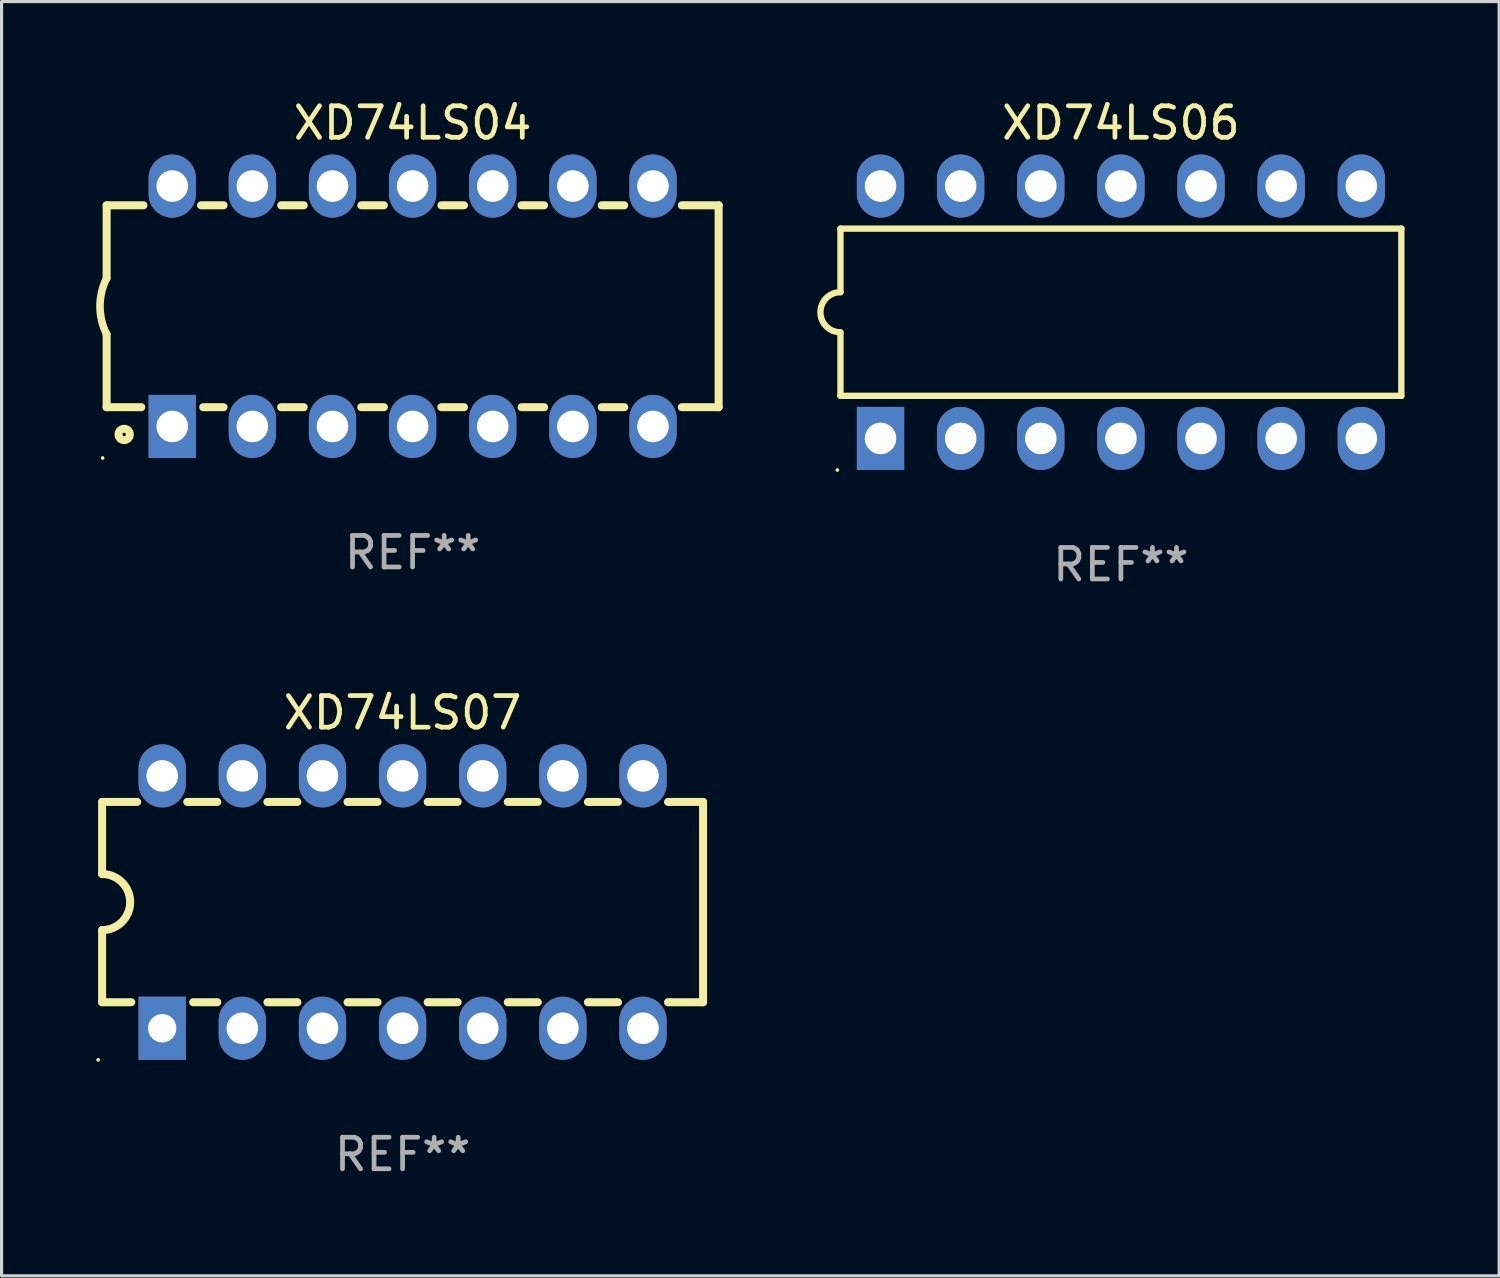
<source format=kicad_pcb>
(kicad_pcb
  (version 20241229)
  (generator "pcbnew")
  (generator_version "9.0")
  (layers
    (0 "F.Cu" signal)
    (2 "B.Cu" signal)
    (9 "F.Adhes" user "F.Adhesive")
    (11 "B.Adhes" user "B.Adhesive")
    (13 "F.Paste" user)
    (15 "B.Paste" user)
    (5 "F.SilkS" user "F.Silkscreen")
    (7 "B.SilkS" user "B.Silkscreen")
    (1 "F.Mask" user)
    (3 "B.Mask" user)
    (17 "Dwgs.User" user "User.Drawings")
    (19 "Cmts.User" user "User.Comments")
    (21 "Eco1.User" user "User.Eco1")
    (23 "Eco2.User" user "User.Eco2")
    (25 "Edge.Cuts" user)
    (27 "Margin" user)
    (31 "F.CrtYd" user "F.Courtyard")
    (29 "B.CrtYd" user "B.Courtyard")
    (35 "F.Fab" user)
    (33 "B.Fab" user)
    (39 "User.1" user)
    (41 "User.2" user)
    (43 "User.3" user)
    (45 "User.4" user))
  (footprint "XD74LS04"
    (layer "F.Cu")
    (at 10.03 6.658)
    (property "Reference" "XD74LS04" (at 0 -5.81 0) (layer "F.SilkS") (effects (font (size 1 1) (thickness 0.15))))
    (attr through_hole)
    (fp_line (start -9.7 -3.2) (end -9.7 -0.889) (stroke (width 0.254) (type solid)) (layer "F.SilkS"))
    (fp_line (start -9.7 -3.2) (end -8.533 -3.2) (stroke (width 0.254) (type solid)) (layer "F.SilkS"))
    (fp_line (start -9.7 3.2) (end -9.7 0.889) (stroke (width 0.254) (type solid)) (layer "F.SilkS"))
    (fp_line (start -9.7 3.2) (end -8.601 3.2) (stroke (width 0.254) (type solid)) (layer "F.SilkS"))
    (fp_line (start -6.707 -3.2) (end -5.993 -3.2) (stroke (width 0.254) (type solid)) (layer "F.SilkS"))
    (fp_line (start -6.639 3.2) (end -5.993 3.2) (stroke (width 0.254) (type solid)) (layer "F.SilkS"))
    (fp_line (start -4.168 3.2) (end -3.453 3.2) (stroke (width 0.254) (type solid)) (layer "F.SilkS"))
    (fp_line (start -4.167 -3.2) (end -3.453 -3.2) (stroke (width 0.254) (type solid)) (layer "F.SilkS"))
    (fp_line (start -1.628 3.2) (end -0.912 3.2) (stroke (width 0.254) (type solid)) (layer "F.SilkS"))
    (fp_line (start -1.627 -3.2) (end -0.913 -3.2) (stroke (width 0.254) (type solid)) (layer "F.SilkS"))
    (fp_line (start 0.912 3.2) (end 1.628 3.2) (stroke (width 0.254) (type solid)) (layer "F.SilkS"))
    (fp_line (start 0.913 -3.2) (end 1.627 -3.2) (stroke (width 0.254) (type solid)) (layer "F.SilkS"))
    (fp_line (start 3.453 3.2) (end 4.168 3.2) (stroke (width 0.254) (type solid)) (layer "F.SilkS"))
    (fp_line (start 3.453 -3.2) (end 4.167 -3.2) (stroke (width 0.254) (type solid)) (layer "F.SilkS"))
    (fp_line (start 5.993 3.2) (end 6.708 3.2) (stroke (width 0.254) (type solid)) (layer "F.SilkS"))
    (fp_line (start 5.993 -3.2) (end 6.707 -3.2) (stroke (width 0.254) (type solid)) (layer "F.SilkS"))
    (fp_line (start 8.533 3.2) (end 9.7 3.2) (stroke (width 0.254) (type solid)) (layer "F.SilkS"))
    (fp_line (start 8.533 -3.2) (end 9.7 -3.2) (stroke (width 0.254) (type solid)) (layer "F.SilkS"))
    (fp_line (start 9.7 3.2) (end 9.7 -3.2) (stroke (width 0.254) (type solid)) (layer "F.SilkS"))
    (fp_arc (start -9.699822 0.889002) (mid -9.909826 0.000048) (end -9.700229 -0.889002) (stroke (width 0.240005) (type solid)) (layer "F.SilkS"))
    (fp_circle (center -9.827 4.81) (end -9.797 4.81) (stroke (width 0.06) (type solid)) (fill no) (layer "F.SilkS"))
    (fp_circle (center -9.144 4.064) (end -8.964 4.064) (stroke (width 0.254) (type solid)) (fill no) (layer "F.SilkS"))
    (fp_text user "REF**" (at 0 7.81 0) (layer "F.Fab") (effects (font (size 1 1) (thickness 0.15))))
    (pad "1" thru_hole rect (at -7.62 3.81 90) (size 2 1.5) (drill 1) (layers "*.Cu" "*.Mask"))
    (pad "2" thru_hole oval (at -5.08 3.81 90) (size 2 1.5) (drill 1) (layers "*.Cu" "*.Mask"))
    (pad "3" thru_hole oval (at -2.54 3.81 90) (size 2 1.5) (drill 1) (layers "*.Cu" "*.Mask"))
    (pad "4" thru_hole oval (at 0 3.81 90) (size 2 1.5) (drill 1) (layers "*.Cu" "*.Mask"))
    (pad "5" thru_hole oval (at 2.54 3.81 90) (size 2 1.5) (drill 1) (layers "*.Cu" "*.Mask"))
    (pad "6" thru_hole oval (at 5.08 3.81 90) (size 2 1.5) (drill 1) (layers "*.Cu" "*.Mask"))
    (pad "7" thru_hole oval (at 7.62 3.81 90) (size 2 1.5) (drill 1) (layers "*.Cu" "*.Mask"))
    (pad "8" thru_hole oval (at 7.62 -3.81 90) (size 2 1.5) (drill 1) (layers "*.Cu" "*.Mask"))
    (pad "9" thru_hole oval (at 5.08 -3.81 90) (size 2 1.5) (drill 1) (layers "*.Cu" "*.Mask"))
    (pad "10" thru_hole oval (at 2.54 -3.81 90) (size 2 1.5) (drill 1) (layers "*.Cu" "*.Mask"))
    (pad "11" thru_hole oval (at 0 -3.81 90) (size 2 1.5) (drill 1) (layers "*.Cu" "*.Mask"))
    (pad "12" thru_hole oval (at -2.54 -3.81 90) (size 2 1.5) (drill 1) (layers "*.Cu" "*.Mask"))
    (pad "13" thru_hole oval (at -5.08 -3.81 90) (size 2 1.5) (drill 1) (layers "*.Cu" "*.Mask"))
    (pad "14" thru_hole oval (at -7.62 -3.81 90) (size 2 1.5) (drill 1) (layers "*.Cu" "*.Mask")))
  (footprint "XD74LS06"
    (layer "F.Cu")
    (at 32.482 6.848)
    (property "Reference" "XD74LS06" (at 0 -6 0) (layer "F.SilkS") (effects (font (size 1 1) (thickness 0.15))))
    (attr through_hole)
    (fp_line (start -8.89 -2.65) (end -8.89 -0.635) (stroke (width 0.2) (type solid)) (layer "F.SilkS"))
    (fp_line (start -8.89 0.635) (end -8.89 2.65) (stroke (width 0.2) (type solid)) (layer "F.SilkS"))
    (fp_line (start -8.89 2.65) (end 8.89 2.65) (stroke (width 0.2) (type solid)) (layer "F.SilkS"))
    (fp_line (start 8.89 -2.65) (end -8.89 -2.65) (stroke (width 0.2) (type solid)) (layer "F.SilkS"))
    (fp_line (start 8.89 2.65) (end 8.89 -2.65) (stroke (width 0.2) (type solid)) (layer "F.SilkS"))
    (fp_arc (start -8.890018 0.635001) (mid -9.525019 0) (end -8.890018 -0.635001) (stroke (width 0.2) (type solid)) (layer "F.SilkS"))
    (fp_circle (center -8.99 5) (end -8.96 5) (stroke (width 0.06) (type solid)) (fill no) (layer "F.SilkS"))
    (fp_text user "REF**" (at 0 8 0) (layer "F.Fab") (effects (font (size 1 1) (thickness 0.15))))
    (pad "1" thru_hole rect (at -7.62 4 90) (size 2 1.5) (drill 1) (layers "*.Cu" "*.Mask"))
    (pad "2" thru_hole oval (at -5.08 4 90) (size 2 1.5) (drill 1) (layers "*.Cu" "*.Mask"))
    (pad "3" thru_hole oval (at -2.54 4 90) (size 2 1.5) (drill 1) (layers "*.Cu" "*.Mask"))
    (pad "4" thru_hole oval (at 0 4 90) (size 2 1.5) (drill 1) (layers "*.Cu" "*.Mask"))
    (pad "5" thru_hole oval (at 2.54 4 90) (size 2 1.5) (drill 1) (layers "*.Cu" "*.Mask"))
    (pad "6" thru_hole oval (at 5.08 4 90) (size 2 1.5) (drill 1) (layers "*.Cu" "*.Mask"))
    (pad "7" thru_hole oval (at 7.62 4 90) (size 2 1.5) (drill 1) (layers "*.Cu" "*.Mask"))
    (pad "8" thru_hole oval (at 7.62 -4 90) (size 2 1.5) (drill 1) (layers "*.Cu" "*.Mask"))
    (pad "9" thru_hole oval (at 5.08 -4 90) (size 2 1.5) (drill 1) (layers "*.Cu" "*.Mask"))
    (pad "10" thru_hole oval (at 2.54 -4 90) (size 2 1.5) (drill 1) (layers "*.Cu" "*.Mask"))
    (pad "11" thru_hole oval (at 0 -4 90) (size 2 1.5) (drill 1) (layers "*.Cu" "*.Mask"))
    (pad "12" thru_hole oval (at -2.54 -4 90) (size 2 1.5) (drill 1) (layers "*.Cu" "*.Mask"))
    (pad "13" thru_hole oval (at -5.08 -4 90) (size 2 1.5) (drill 1) (layers "*.Cu" "*.Mask"))
    (pad "14" thru_hole oval (at -7.62 -4 90) (size 2 1.5) (drill 1) (layers "*.Cu" "*.Mask")))
  (footprint "XD74LS07"
    (layer "F.Cu")
    (at 9.712 25.545)
    (property "Reference" "XD74LS07" (at 0 -6 0) (layer "F.SilkS") (effects (font (size 1 1) (thickness 0.15))))
    (attr through_hole)
    (fp_line (start -9.525 -3.175) (end -9.525 -0.889) (stroke (width 0.254) (type solid)) (layer "F.SilkS"))
    (fp_line (start -9.525 -3.175) (end -8.414 -3.175) (stroke (width 0.254) (type solid)) (layer "F.SilkS"))
    (fp_line (start -9.525 3.175) (end -9.525 0.889) (stroke (width 0.254) (type solid)) (layer "F.SilkS"))
    (fp_line (start -8.601 3.175) (end -9.525 3.175) (stroke (width 0.254) (type solid)) (layer "F.SilkS"))
    (fp_line (start -6.826 -3.175) (end -5.874 -3.175) (stroke (width 0.254) (type solid)) (layer "F.SilkS"))
    (fp_line (start -5.874 3.175) (end -6.639 3.175) (stroke (width 0.254) (type solid)) (layer "F.SilkS"))
    (fp_line (start -4.286 -3.175) (end -3.334 -3.175) (stroke (width 0.254) (type solid)) (layer "F.SilkS"))
    (fp_line (start -3.334 3.175) (end -4.286 3.175) (stroke (width 0.254) (type solid)) (layer "F.SilkS"))
    (fp_line (start -1.746 -3.175) (end -0.794 -3.175) (stroke (width 0.254) (type solid)) (layer "F.SilkS"))
    (fp_line (start -0.794 3.175) (end -1.746 3.175) (stroke (width 0.254) (type solid)) (layer "F.SilkS"))
    (fp_line (start 0.794 -3.175) (end 1.746 -3.175) (stroke (width 0.254) (type solid)) (layer "F.SilkS"))
    (fp_line (start 1.746 3.175) (end 0.794 3.175) (stroke (width 0.254) (type solid)) (layer "F.SilkS"))
    (fp_line (start 3.334 -3.175) (end 4.286 -3.175) (stroke (width 0.254) (type solid)) (layer "F.SilkS"))
    (fp_line (start 4.286 3.175) (end 3.334 3.175) (stroke (width 0.254) (type solid)) (layer "F.SilkS"))
    (fp_line (start 5.874 -3.175) (end 6.826 -3.175) (stroke (width 0.254) (type solid)) (layer "F.SilkS"))
    (fp_line (start 6.826 3.175) (end 5.874 3.175) (stroke (width 0.254) (type solid)) (layer "F.SilkS"))
    (fp_line (start 8.414 -3.175) (end 9.525 -3.175) (stroke (width 0.254) (type solid)) (layer "F.SilkS"))
    (fp_line (start 9.525 -3.175) (end 9.525 3.175) (stroke (width 0.254) (type solid)) (layer "F.SilkS"))
    (fp_line (start 9.525 3.175) (end 8.414 3.175) (stroke (width 0.254) (type solid)) (layer "F.SilkS"))
    (fp_arc (start -9.525019 -0.889002) (mid -8.636017 0) (end -9.525019 0.889002) (stroke (width 0.254001) (type solid)) (layer "F.SilkS"))
    (fp_circle (center -9.652 5) (end -9.622 5) (stroke (width 0.06) (type solid)) (fill no) (layer "F.SilkS"))
    (fp_text user "REF**" (at 0 8 0) (layer "F.Fab") (effects (font (size 1 1) (thickness 0.15))))
    (pad "1" thru_hole rect (at -7.62 4 90) (size 2 1.5) (drill 0.9) (layers "*.Cu" "*.Mask"))
    (pad "2" thru_hole oval (at -5.08 4 90) (size 2 1.5) (drill 1) (layers "*.Cu" "*.Mask"))
    (pad "3" thru_hole oval (at -2.54 4 90) (size 2 1.5) (drill 1) (layers "*.Cu" "*.Mask"))
    (pad "4" thru_hole oval (at 0 4 90) (size 2 1.5) (drill 1) (layers "*.Cu" "*.Mask"))
    (pad "5" thru_hole oval (at 2.54 4 90) (size 2 1.5) (drill 1) (layers "*.Cu" "*.Mask"))
    (pad "6" thru_hole oval (at 5.08 4 90) (size 2 1.5) (drill 1) (layers "*.Cu" "*.Mask"))
    (pad "7" thru_hole oval (at 7.62 4 90) (size 2 1.5) (drill 1) (layers "*.Cu" "*.Mask"))
    (pad "8" thru_hole oval (at 7.62 -4 90) (size 2 1.5) (drill 1) (layers "*.Cu" "*.Mask"))
    (pad "9" thru_hole oval (at 5.08 -4 90) (size 2 1.5) (drill 1) (layers "*.Cu" "*.Mask"))
    (pad "10" thru_hole oval (at 2.54 -4 90) (size 2 1.5) (drill 1) (layers "*.Cu" "*.Mask"))
    (pad "11" thru_hole oval (at 0 -4 90) (size 2 1.5) (drill 1) (layers "*.Cu" "*.Mask"))
    (pad "12" thru_hole oval (at -2.54 -4 90) (size 2 1.5) (drill 1) (layers "*.Cu" "*.Mask"))
    (pad "13" thru_hole oval (at -5.08 -4 90) (size 2 1.5) (drill 1) (layers "*.Cu" "*.Mask"))
    (pad "14" thru_hole oval (at -7.62 -4 90) (size 2 1.5) (drill 1) (layers "*.Cu" "*.Mask")))
  (gr_rect
    (start -3 -3)
    (end 44.472 37.393)
    (stroke (width 0.1) (type default))
    (fill no)
    (layer "Edge.Cuts")))
</source>
